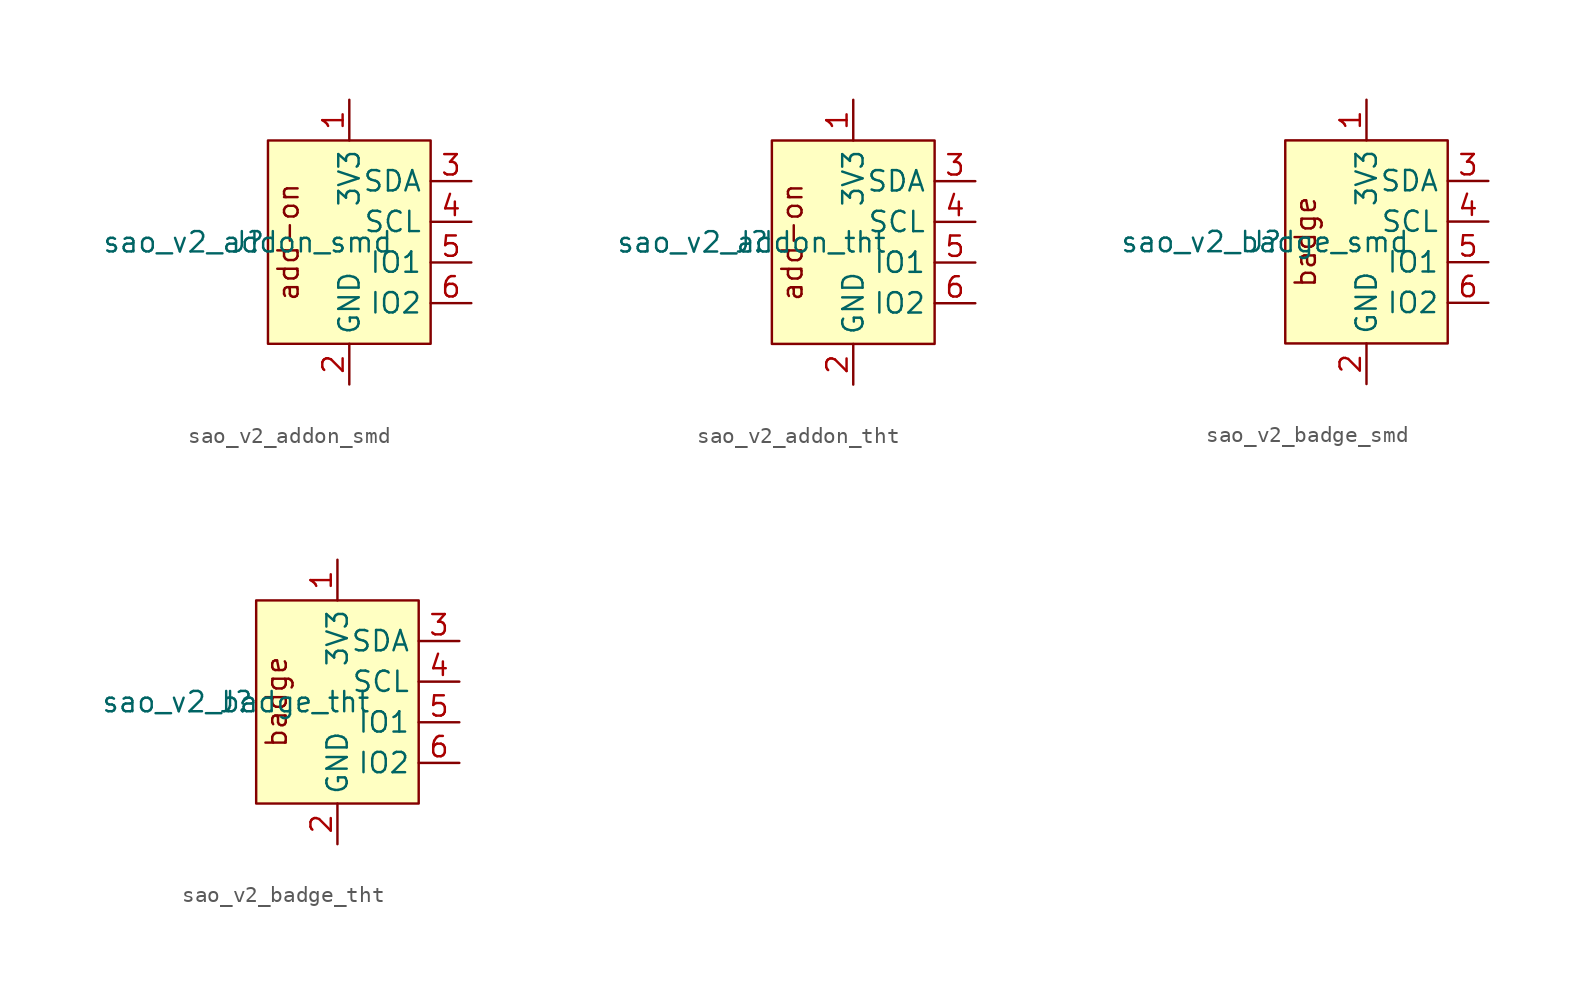
<source format=kicad_sym>
(kicad_symbol_lib
  (version 20220914)
  (generator kicad_symbol_editor)
  (symbol "sao_v2_addon_smd"
    (property "Reference" "J"
      (at -6.35 0 0)
      (effects (font (size 1.27 1.27))))
    (property "Value" "sao_v2_addon_smd"
      (at -6.35 0 0)
      (effects (font (size 1.27 1.27))))
    (symbol "sao_v2_addon_smd_1_1"
      (rectangle (start -5.08 6.35) (end 5.08 -6.35) (stroke (width 0) (type default)) (fill (type background)))
      (text "add-on" (at -3.81 0 900) (effects (font (size 1.27 1.27))))
      (pin output line (at 0 8.89 270) (length 2.54) (name "3V3" (effects (font (size 1.27 1.27)))) (number "1" (effects (font (size 1.27 1.27)))))
      (pin output line (at 0 -8.89 90) (length 2.54) (name "GND" (effects (font (size 1.27 1.27)))) (number "2" (effects (font (size 1.27 1.27)))))
      (pin bidirectional line (at 7.62 3.81 180) (length 2.54) (name "SDA" (effects (font (size 1.27 1.27)))) (number "3" (effects (font (size 1.27 1.27)))))
      (pin output line (at 7.62 1.27 180) (length 2.54) (name "SCL" (effects (font (size 1.27 1.27)))) (number "4" (effects (font (size 1.27 1.27)))))
      (pin bidirectional line (at 7.62 -1.27 180) (length 2.54) (name "IO1" (effects (font (size 1.27 1.27)))) (number "5" (effects (font (size 1.27 1.27)))))
      (pin bidirectional line (at 7.62 -3.81 180) (length 2.54) (name "IO2" (effects (font (size 1.27 1.27)))) (number "6" (effects (font (size 1.27 1.27)))))))
  (symbol "sao_v2_addon_tht"
    (property "Reference" "J"
      (at -6.35 0 0)
      (effects (font (size 1.27 1.27))))
    (property "Value" "sao_v2_addon_tht"
      (at -6.35 0 0)
      (effects (font (size 1.27 1.27))))
    (symbol "sao_v2_addon_tht_1_1"
      (rectangle (start -5.08 6.35) (end 5.08 -6.35) (stroke (width 0) (type default)) (fill (type background)))
      (text "add-on" (at -3.81 0 900) (effects (font (size 1.27 1.27))))
      (pin output line (at 0 8.89 270) (length 2.54) (name "3V3" (effects (font (size 1.27 1.27)))) (number "1" (effects (font (size 1.27 1.27)))))
      (pin output line (at 0 -8.89 90) (length 2.54) (name "GND" (effects (font (size 1.27 1.27)))) (number "2" (effects (font (size 1.27 1.27)))))
      (pin bidirectional line (at 7.62 3.81 180) (length 2.54) (name "SDA" (effects (font (size 1.27 1.27)))) (number "3" (effects (font (size 1.27 1.27)))))
      (pin output line (at 7.62 1.27 180) (length 2.54) (name "SCL" (effects (font (size 1.27 1.27)))) (number "4" (effects (font (size 1.27 1.27)))))
      (pin bidirectional line (at 7.62 -1.27 180) (length 2.54) (name "IO1" (effects (font (size 1.27 1.27)))) (number "5" (effects (font (size 1.27 1.27)))))
      (pin bidirectional line (at 7.62 -3.81 180) (length 2.54) (name "IO2" (effects (font (size 1.27 1.27)))) (number "6" (effects (font (size 1.27 1.27)))))))
  (symbol "sao_v2_badge_smd"
    (property "Reference" "J"
      (at -6.35 0 0)
      (effects (font (size 1.27 1.27))))
    (property "Value" "sao_v2_badge_smd"
      (at -6.35 0 0)
      (effects (font (size 1.27 1.27))))
    (symbol "sao_v2_badge_smd_1_1"
      (rectangle (start -5.08 6.35) (end 5.08 -6.35) (stroke (width 0) (type default)) (fill (type background)))
      (text "badge" (at -3.81 0 900) (effects (font (size 1.27 1.27))))
      (pin input line (at 0 8.89 270) (length 2.54) (name "3V3" (effects (font (size 1.27 1.27)))) (number "1" (effects (font (size 1.27 1.27)))))
      (pin input line (at 0 -8.89 90) (length 2.54) (name "GND" (effects (font (size 1.27 1.27)))) (number "2" (effects (font (size 1.27 1.27)))))
      (pin bidirectional line (at 7.62 3.81 180) (length 2.54) (name "SDA" (effects (font (size 1.27 1.27)))) (number "3" (effects (font (size 1.27 1.27)))))
      (pin input line (at 7.62 1.27 180) (length 2.54) (name "SCL" (effects (font (size 1.27 1.27)))) (number "4" (effects (font (size 1.27 1.27)))))
      (pin bidirectional line (at 7.62 -1.27 180) (length 2.54) (name "IO1" (effects (font (size 1.27 1.27)))) (number "5" (effects (font (size 1.27 1.27)))))
      (pin bidirectional line (at 7.62 -3.81 180) (length 2.54) (name "IO2" (effects (font (size 1.27 1.27)))) (number "6" (effects (font (size 1.27 1.27)))))))
  (symbol "sao_v2_badge_tht"
    (property "Reference" "J"
      (at -6.35 0 0)
      (effects (font (size 1.27 1.27))))
    (property "Value" "sao_v2_badge_tht"
      (at -6.35 0 0)
      (effects (font (size 1.27 1.27))))
    (symbol "sao_v2_badge_tht_1_1"
      (rectangle (start -5.08 6.35) (end 5.08 -6.35) (stroke (width 0) (type default)) (fill (type background)))
      (text "badge" (at -3.81 0 900) (effects (font (size 1.27 1.27))))
      (pin input line (at 0 8.89 270) (length 2.54) (name "3V3" (effects (font (size 1.27 1.27)))) (number "1" (effects (font (size 1.27 1.27)))))
      (pin input line (at 0 -8.89 90) (length 2.54) (name "GND" (effects (font (size 1.27 1.27)))) (number "2" (effects (font (size 1.27 1.27)))))
      (pin bidirectional line (at 7.62 3.81 180) (length 2.54) (name "SDA" (effects (font (size 1.27 1.27)))) (number "3" (effects (font (size 1.27 1.27)))))
      (pin input line (at 7.62 1.27 180) (length 2.54) (name "SCL" (effects (font (size 1.27 1.27)))) (number "4" (effects (font (size 1.27 1.27)))))
      (pin bidirectional line (at 7.62 -1.27 180) (length 2.54) (name "IO1" (effects (font (size 1.27 1.27)))) (number "5" (effects (font (size 1.27 1.27)))))
      (pin bidirectional line (at 7.62 -3.81 180) (length 2.54) (name "IO2" (effects (font (size 1.27 1.27)))) (number "6" (effects (font (size 1.27 1.27))))))))
</source>
